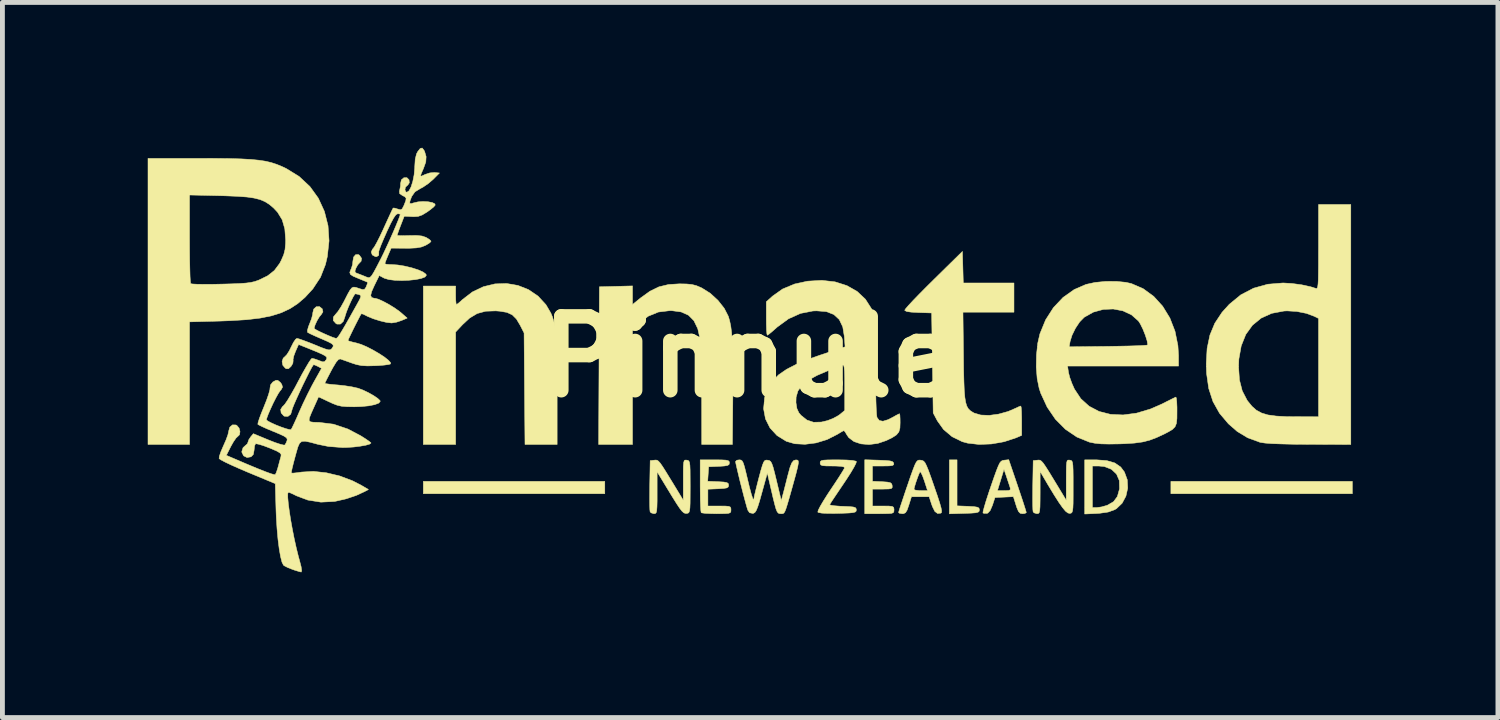
<source format=kicad_pcb>
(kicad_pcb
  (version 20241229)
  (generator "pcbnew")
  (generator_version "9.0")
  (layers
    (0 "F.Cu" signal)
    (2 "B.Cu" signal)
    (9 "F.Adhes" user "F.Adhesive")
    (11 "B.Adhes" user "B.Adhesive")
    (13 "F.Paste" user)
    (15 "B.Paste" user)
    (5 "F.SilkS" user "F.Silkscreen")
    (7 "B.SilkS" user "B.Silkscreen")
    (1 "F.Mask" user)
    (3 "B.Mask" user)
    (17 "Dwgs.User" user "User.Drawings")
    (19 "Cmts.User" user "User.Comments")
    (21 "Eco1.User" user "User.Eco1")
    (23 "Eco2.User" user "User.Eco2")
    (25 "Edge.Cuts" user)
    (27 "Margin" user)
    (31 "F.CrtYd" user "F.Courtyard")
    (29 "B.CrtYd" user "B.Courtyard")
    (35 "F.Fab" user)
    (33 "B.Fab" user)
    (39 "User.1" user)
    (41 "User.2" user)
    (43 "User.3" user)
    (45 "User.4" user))
  (footprint "Pinnule"
    (layer "F.Cu")
    (at 12.419 4.315)
    (property "Reference" "Pinnule" (at 0 0 0) (layer "F.SilkS") (effects (font (size 1.524 1.524) (thickness 0.3))))
    (attr through_hole)
    (fp_poly (pts (xy -2.985 2.826) (xy -6.731 2.826) (xy -6.731 2.572) (xy -2.985 2.572) (xy -2.985 2.826)) (stroke (width 0.01) (type solid)) (fill yes) (layer "F.SilkS"))
    (fp_poly (pts (xy 12.446 2.826) (xy 8.7 2.826) (xy 8.7 2.572) (xy 12.446 2.572) (xy 12.446 2.826)) (stroke (width 0.01) (type solid)) (fill yes) (layer "F.SilkS"))
    (fp_poly (pts (xy 4.286 3.077) (xy 4.516 3.086) (xy 4.636 3.093) (xy 4.705 3.104) (xy 4.738 3.122) (xy 4.747 3.153) (xy 4.747 3.159) (xy 4.742 3.189) (xy 4.719 3.208) (xy 4.668 3.22) (xy 4.576 3.227) (xy 4.437 3.232) (xy 4.128 3.241) (xy 4.128 2.127) (xy 4.286 2.127) (xy 4.286 3.077)) (stroke (width 0.01) (type solid)) (fill yes) (layer "F.SilkS"))
    (fp_poly (pts (xy 7.378 2.143) (xy 7.542 2.191) (xy 7.664 2.275) (xy 7.741 2.378) (xy 7.8 2.539) (xy 7.809 2.71) (xy 7.772 2.876) (xy 7.693 3.023) (xy 7.577 3.134) (xy 7.539 3.156) (xy 7.407 3.204) (xy 7.229 3.23) (xy 7.168 3.234) (xy 6.921 3.245) (xy 6.921 2.254) (xy 7.08 2.254) (xy 7.08 3.111) (xy 7.175 3.111) (xy 7.267 3.099) (xy 7.374 3.069) (xy 7.395 3.061) (xy 7.518 2.989) (xy 7.596 2.883) (xy 7.638 2.733) (xy 7.64 2.719) (xy 7.636 2.555) (xy 7.578 2.421) (xy 7.473 2.322) (xy 7.327 2.265) (xy 7.21 2.254) (xy 7.08 2.254) (xy 6.921 2.254) (xy 6.921 2.127) (xy 7.165 2.127) (xy 7.378 2.143)) (stroke (width 0.01) (type solid)) (fill yes) (layer "F.SilkS"))
    (fp_poly (pts (xy 2.675 2.134) (xy 2.815 2.14) (xy 2.904 2.149) (xy 2.954 2.164) (xy 2.975 2.187) (xy 2.979 2.199) (xy 2.977 2.228) (xy 2.949 2.245) (xy 2.883 2.252) (xy 2.766 2.254) (xy 2.765 2.254) (xy 2.54 2.254) (xy 2.54 2.569) (xy 2.738 2.578) (xy 2.848 2.586) (xy 2.909 2.599) (xy 2.938 2.624) (xy 2.947 2.659) (xy 2.948 2.697) (xy 2.93 2.719) (xy 2.877 2.728) (xy 2.778 2.73) (xy 2.749 2.731) (xy 2.54 2.731) (xy 2.54 3.08) (xy 2.762 3.08) (xy 2.878 3.081) (xy 2.945 3.088) (xy 2.975 3.105) (xy 2.984 3.138) (xy 2.985 3.159) (xy 2.982 3.196) (xy 2.968 3.219) (xy 2.93 3.232) (xy 2.856 3.237) (xy 2.734 3.238) (xy 2.683 3.239) (xy 2.381 3.239) (xy 2.381 2.125) (xy 2.675 2.134)) (stroke (width 0.01) (type solid)) (fill yes) (layer "F.SilkS"))
    (fp_poly (pts (xy -4.778 -1.473) (xy -4.559 -1.386) (xy -4.363 -1.253) (xy -4.2 -1.076) (xy -4.099 -0.904) (xy -4.066 -0.825) (xy -4.039 -0.737) (xy -4.017 -0.632) (xy -4 -0.505) (xy -3.988 -0.347) (xy -3.979 -0.154) (xy -3.973 0.083) (xy -3.97 0.369) (xy -3.969 0.712) (xy -3.969 0.722) (xy -3.969 1.81) (xy -4.632 1.81) (xy -4.642 0.659) (xy -4.651 -0.492) (xy -4.731 -0.649) (xy -4.809 -0.78) (xy -4.895 -0.866) (xy -5.006 -0.917) (xy -5.156 -0.942) (xy -5.235 -0.948) (xy -5.444 -0.941) (xy -5.618 -0.894) (xy -5.774 -0.801) (xy -5.919 -0.666) (xy -6.064 -0.511) (xy -6.064 1.81) (xy -6.731 1.81) (xy -6.731 -1.46) (xy -6.064 -1.46) (xy -6.064 -1.27) (xy -6.062 -1.17) (xy -6.055 -1.1) (xy -6.047 -1.08) (xy -6.015 -1.099) (xy -5.956 -1.15) (xy -5.928 -1.177) (xy -5.719 -1.338) (xy -5.491 -1.447) (xy -5.252 -1.505) (xy -5.012 -1.513) (xy -4.778 -1.473)) (stroke (width 0.01) (type solid)) (fill yes) (layer "F.SilkS"))
    (fp_poly (pts (xy -0.574 2.128) (xy -0.486 2.133) (xy -0.437 2.144) (xy -0.417 2.163) (xy -0.413 2.189) (xy -0.42 2.223) (xy -0.451 2.243) (xy -0.52 2.254) (xy -0.627 2.261) (xy -0.841 2.27) (xy -0.851 2.419) (xy -0.861 2.569) (xy -0.645 2.578) (xy -0.529 2.585) (xy -0.464 2.597) (xy -0.435 2.618) (xy -0.429 2.651) (xy -0.436 2.685) (xy -0.466 2.706) (xy -0.532 2.717) (xy -0.643 2.724) (xy -0.857 2.733) (xy -0.857 3.08) (xy -0.619 3.08) (xy -0.498 3.081) (xy -0.427 3.087) (xy -0.393 3.102) (xy -0.382 3.131) (xy -0.381 3.159) (xy -0.383 3.196) (xy -0.398 3.219) (xy -0.436 3.232) (xy -0.511 3.237) (xy -0.635 3.238) (xy -0.677 3.239) (xy -0.809 3.236) (xy -0.915 3.231) (xy -0.981 3.222) (xy -0.995 3.217) (xy -1.002 3.18) (xy -1.008 3.09) (xy -1.013 2.959) (xy -1.015 2.796) (xy -1.016 2.662) (xy -1.016 2.127) (xy -0.714 2.127) (xy -0.574 2.128)) (stroke (width 0.01) (type solid)) (fill yes) (layer "F.SilkS"))
    (fp_poly (pts (xy 5.535 2.658) (xy 5.593 2.831) (xy 5.644 2.984) (xy 5.683 3.105) (xy 5.708 3.186) (xy 5.716 3.215) (xy 5.688 3.233) (xy 5.637 3.239) (xy 5.59 3.23) (xy 5.555 3.194) (xy 5.522 3.118) (xy 5.504 3.063) (xy 5.449 2.887) (xy 5.069 2.905) (xy 5.017 3.064) (xy 4.97 3.173) (xy 4.921 3.226) (xy 4.901 3.232) (xy 4.841 3.231) (xy 4.821 3.223) (xy 4.825 3.188) (xy 4.847 3.104) (xy 4.884 2.979) (xy 4.934 2.825) (xy 4.955 2.762) (xy 5.12 2.762) (xy 5.261 2.762) (xy 5.347 2.76) (xy 5.384 2.746) (xy 5.385 2.713) (xy 5.379 2.691) (xy 5.355 2.618) (xy 5.321 2.517) (xy 5.306 2.471) (xy 5.255 2.322) (xy 5.12 2.762) (xy 4.955 2.762) (xy 4.985 2.674) (xy 5.051 2.483) (xy 5.101 2.345) (xy 5.139 2.25) (xy 5.169 2.189) (xy 5.197 2.156) (xy 5.225 2.14) (xy 5.259 2.134) (xy 5.261 2.134) (xy 5.353 2.124) (xy 5.535 2.658)) (stroke (width 0.01) (type solid)) (fill yes) (layer "F.SilkS"))
    (fp_poly (pts (xy -1.295 -1.503) (xy -1.186 -1.492) (xy -1.095 -1.469) (xy -0.998 -1.428) (xy -0.978 -1.418) (xy -0.808 -1.311) (xy -0.649 -1.165) (xy -0.519 -1) (xy -0.435 -0.836) (xy -0.408 -0.744) (xy -0.385 -0.635) (xy -0.368 -0.501) (xy -0.355 -0.336) (xy -0.346 -0.134) (xy -0.341 0.111) (xy -0.34 0.406) (xy -0.341 0.756) (xy -0.342 0.849) (xy -0.351 1.81) (xy -0.984 1.81) (xy -0.985 0.833) (xy -0.986 0.579) (xy -0.989 0.334) (xy -0.994 0.109) (xy -1 -0.085) (xy -1.007 -0.24) (xy -1.015 -0.343) (xy -1.017 -0.362) (xy -1.066 -0.58) (xy -1.145 -0.744) (xy -1.257 -0.858) (xy -1.408 -0.926) (xy -1.601 -0.952) (xy -1.641 -0.953) (xy -1.879 -0.924) (xy -2.089 -0.838) (xy -2.271 -0.695) (xy -2.3 -0.665) (xy -2.413 -0.54) (xy -2.413 1.81) (xy -3.112 1.81) (xy -3.104 0.183) (xy -3.096 -1.445) (xy -2.754 -1.454) (xy -2.413 -1.463) (xy -2.413 -1.079) (xy -2.246 -1.215) (xy -2.053 -1.354) (xy -1.868 -1.444) (xy -1.67 -1.492) (xy -1.445 -1.506) (xy -1.295 -1.503)) (stroke (width 0.01) (type solid)) (fill yes) (layer "F.SilkS"))
    (fp_poly (pts (xy 4.406 -1.849) (xy 4.415 -1.524) (xy 5.461 -1.524) (xy 5.461 -0.921) (xy 4.408 -0.921) (xy 4.419 -0.008) (xy 4.422 0.281) (xy 4.428 0.513) (xy 4.435 0.695) (xy 4.447 0.835) (xy 4.464 0.94) (xy 4.487 1.016) (xy 4.518 1.071) (xy 4.559 1.112) (xy 4.61 1.145) (xy 4.641 1.162) (xy 4.777 1.202) (xy 4.95 1.209) (xy 5.144 1.183) (xy 5.342 1.128) (xy 5.499 1.06) (xy 5.565 1.029) (xy 5.602 1.016) (xy 5.61 1.045) (xy 5.616 1.125) (xy 5.619 1.24) (xy 5.62 1.319) (xy 5.62 1.622) (xy 5.501 1.673) (xy 5.257 1.753) (xy 4.997 1.799) (xy 4.74 1.809) (xy 4.505 1.782) (xy 4.394 1.752) (xy 4.184 1.649) (xy 4.008 1.501) (xy 3.88 1.322) (xy 3.794 1.159) (xy 3.762 -0.905) (xy 3.485 -0.914) (xy 3.339 -0.922) (xy 3.25 -0.935) (xy 3.21 -0.954) (xy 3.207 -0.964) (xy 3.229 -0.997) (xy 3.29 -1.067) (xy 3.385 -1.169) (xy 3.508 -1.296) (xy 3.653 -1.442) (xy 3.802 -1.59) (xy 4.397 -2.175) (xy 4.406 -1.849)) (stroke (width 0.01) (type solid)) (fill yes) (layer "F.SilkS"))
    (fp_poly (pts (xy -1.905 2.135) (xy -1.877 2.154) (xy -1.841 2.194) (xy -1.793 2.263) (xy -1.727 2.367) (xy -1.637 2.514) (xy -1.565 2.631) (xy -1.365 2.961) (xy -1.365 2.542) (xy -1.365 2.372) (xy -1.363 2.256) (xy -1.357 2.184) (xy -1.346 2.146) (xy -1.329 2.132) (xy -1.302 2.132) (xy -1.294 2.133) (xy -1.268 2.138) (xy -1.249 2.152) (xy -1.236 2.183) (xy -1.228 2.241) (xy -1.224 2.334) (xy -1.223 2.472) (xy -1.222 2.664) (xy -1.222 2.683) (xy -1.223 2.879) (xy -1.224 3.022) (xy -1.228 3.118) (xy -1.236 3.179) (xy -1.248 3.212) (xy -1.266 3.227) (xy -1.29 3.232) (xy -1.322 3.233) (xy -1.354 3.22) (xy -1.391 3.187) (xy -1.439 3.126) (xy -1.502 3.032) (xy -1.587 2.896) (xy -1.698 2.714) (xy -1.905 2.373) (xy -1.905 2.806) (xy -1.905 2.979) (xy -1.908 3.098) (xy -1.914 3.174) (xy -1.924 3.216) (xy -1.941 3.234) (xy -1.966 3.238) (xy -1.969 3.239) (xy -2.029 3.221) (xy -2.05 3.198) (xy -2.055 3.153) (xy -2.058 3.057) (xy -2.059 2.921) (xy -2.058 2.757) (xy -2.057 2.65) (xy -2.048 2.143) (xy -1.965 2.134) (xy -1.933 2.131) (xy -1.905 2.135)) (stroke (width 0.01) (type solid)) (fill yes) (layer "F.SilkS"))
    (fp_poly (pts (xy 2 2.13) (xy 2.126 2.139) (xy 2.197 2.154) (xy 2.209 2.162) (xy 2.199 2.199) (xy 2.159 2.278) (xy 2.093 2.39) (xy 2.007 2.524) (xy 1.949 2.611) (xy 1.852 2.755) (xy 1.768 2.88) (xy 1.703 2.977) (xy 1.665 3.037) (xy 1.657 3.051) (xy 1.681 3.064) (xy 1.756 3.075) (xy 1.867 3.084) (xy 1.927 3.086) (xy 2.061 3.092) (xy 2.144 3.1) (xy 2.188 3.114) (xy 2.204 3.137) (xy 2.207 3.159) (xy 2.203 3.186) (xy 2.184 3.204) (xy 2.139 3.216) (xy 2.059 3.224) (xy 1.933 3.229) (xy 1.82 3.232) (xy 1.627 3.233) (xy 1.496 3.227) (xy 1.425 3.214) (xy 1.412 3.205) (xy 1.421 3.167) (xy 1.461 3.088) (xy 1.527 2.976) (xy 1.612 2.841) (xy 1.671 2.752) (xy 1.768 2.607) (xy 1.852 2.479) (xy 1.916 2.377) (xy 1.955 2.312) (xy 1.963 2.295) (xy 1.951 2.274) (xy 1.897 2.261) (xy 1.793 2.255) (xy 1.717 2.254) (xy 1.59 2.253) (xy 1.513 2.247) (xy 1.475 2.233) (xy 1.462 2.208) (xy 1.46 2.191) (xy 1.464 2.163) (xy 1.483 2.145) (xy 1.528 2.134) (xy 1.609 2.129) (xy 1.737 2.127) (xy 1.824 2.127) (xy 2 2.13)) (stroke (width 0.01) (type solid)) (fill yes) (layer "F.SilkS"))
    (fp_poly (pts (xy 3.526 2.133) (xy 3.536 2.134) (xy 3.57 2.14) (xy 3.598 2.155) (xy 3.626 2.188) (xy 3.656 2.248) (xy 3.695 2.343) (xy 3.745 2.48) (xy 3.811 2.669) (xy 3.813 2.676) (xy 3.881 2.872) (xy 3.928 3.017) (xy 3.956 3.117) (xy 3.968 3.18) (xy 3.965 3.215) (xy 3.952 3.227) (xy 3.884 3.234) (xy 3.828 3.192) (xy 3.779 3.094) (xy 3.763 3.05) (xy 3.71 2.889) (xy 3.345 2.889) (xy 3.29 3.064) (xy 3.255 3.165) (xy 3.222 3.218) (xy 3.182 3.237) (xy 3.158 3.239) (xy 3.098 3.23) (xy 3.079 3.215) (xy 3.089 3.178) (xy 3.116 3.092) (xy 3.158 2.966) (xy 3.21 2.81) (xy 3.235 2.736) (xy 3.397 2.736) (xy 3.426 2.752) (xy 3.497 2.761) (xy 3.537 2.762) (xy 3.677 2.762) (xy 3.61 2.556) (xy 3.574 2.457) (xy 3.543 2.392) (xy 3.523 2.373) (xy 3.522 2.373) (xy 3.501 2.415) (xy 3.47 2.495) (xy 3.437 2.59) (xy 3.41 2.677) (xy 3.397 2.732) (xy 3.397 2.736) (xy 3.235 2.736) (xy 3.262 2.658) (xy 3.327 2.467) (xy 3.377 2.329) (xy 3.414 2.234) (xy 3.443 2.176) (xy 3.469 2.145) (xy 3.495 2.133) (xy 3.526 2.133)) (stroke (width 0.01) (type solid)) (fill yes) (layer "F.SilkS"))
    (fp_poly (pts (xy 6 2.135) (xy 6.029 2.154) (xy 6.065 2.194) (xy 6.113 2.263) (xy 6.179 2.367) (xy 6.269 2.514) (xy 6.34 2.631) (xy 6.54 2.961) (xy 6.54 2.542) (xy 6.541 2.372) (xy 6.543 2.256) (xy 6.549 2.184) (xy 6.559 2.146) (xy 6.577 2.132) (xy 6.604 2.132) (xy 6.612 2.133) (xy 6.638 2.138) (xy 6.657 2.152) (xy 6.669 2.183) (xy 6.677 2.241) (xy 6.681 2.334) (xy 6.683 2.472) (xy 6.683 2.664) (xy 6.683 2.683) (xy 6.683 2.879) (xy 6.682 3.022) (xy 6.678 3.118) (xy 6.67 3.179) (xy 6.658 3.212) (xy 6.64 3.227) (xy 6.615 3.232) (xy 6.613 3.233) (xy 6.575 3.224) (xy 6.526 3.187) (xy 6.465 3.114) (xy 6.386 3.002) (xy 6.286 2.845) (xy 6.161 2.639) (xy 6.122 2.572) (xy 6.001 2.366) (xy 6.001 2.802) (xy 6 2.976) (xy 5.998 3.097) (xy 5.992 3.173) (xy 5.982 3.216) (xy 5.965 3.234) (xy 5.94 3.238) (xy 5.936 3.239) (xy 5.876 3.221) (xy 5.856 3.198) (xy 5.851 3.153) (xy 5.848 3.057) (xy 5.847 2.921) (xy 5.848 2.757) (xy 5.849 2.65) (xy 5.858 2.143) (xy 5.94 2.134) (xy 5.973 2.131) (xy 6 2.135)) (stroke (width 0.01) (type solid)) (fill yes) (layer "F.SilkS"))
    (fp_poly (pts (xy 12.414 1.81) (xy 11.549 1.807) (xy 11.237 1.805) (xy 10.984 1.799) (xy 10.788 1.792) (xy 10.645 1.781) (xy 10.551 1.767) (xy 10.535 1.763) (xy 10.286 1.672) (xy 10.069 1.541) (xy 9.888 1.383) (xy 9.704 1.165) (xy 9.569 0.924) (xy 9.481 0.653) (xy 9.437 0.345) (xy 9.432 0.206) (xy 10.097 0.206) (xy 10.115 0.476) (xy 10.173 0.703) (xy 10.272 0.894) (xy 10.286 0.914) (xy 10.373 1.021) (xy 10.464 1.102) (xy 10.571 1.16) (xy 10.703 1.2) (xy 10.871 1.223) (xy 11.084 1.235) (xy 11.263 1.237) (xy 11.748 1.238) (xy 11.748 -0.792) (xy 11.66 -0.836) (xy 11.496 -0.897) (xy 11.299 -0.936) (xy 11.099 -0.948) (xy 11.035 -0.945) (xy 10.78 -0.897) (xy 10.562 -0.798) (xy 10.384 -0.652) (xy 10.246 -0.461) (xy 10.152 -0.226) (xy 10.103 0.048) (xy 10.097 0.206) (xy 9.432 0.206) (xy 9.43 0.143) (xy 9.448 -0.173) (xy 9.506 -0.449) (xy 9.607 -0.693) (xy 9.757 -0.919) (xy 9.906 -1.084) (xy 10.142 -1.278) (xy 10.406 -1.416) (xy 10.7 -1.498) (xy 11.016 -1.524) (xy 11.202 -1.513) (xy 11.401 -1.486) (xy 11.584 -1.446) (xy 11.692 -1.412) (xy 11.708 -1.409) (xy 11.721 -1.419) (xy 11.731 -1.448) (xy 11.738 -1.504) (xy 11.743 -1.593) (xy 11.745 -1.721) (xy 11.747 -1.896) (xy 11.747 -2.125) (xy 11.748 -2.267) (xy 11.748 -3.143) (xy 12.414 -3.143) (xy 12.414 1.81)) (stroke (width 0.01) (type solid)) (fill yes) (layer "F.SilkS"))
    (fp_poly (pts (xy -11.012 -4.095) (xy -10.726 -4.092) (xy -10.488 -4.085) (xy -10.291 -4.074) (xy -10.126 -4.058) (xy -9.987 -4.037) (xy -9.866 -4.008) (xy -9.754 -3.971) (xy -9.645 -3.926) (xy -9.557 -3.884) (xy -9.293 -3.721) (xy -9.072 -3.515) (xy -8.898 -3.274) (xy -8.773 -3.002) (xy -8.698 -2.706) (xy -8.677 -2.393) (xy -8.713 -2.067) (xy -8.751 -1.905) (xy -8.854 -1.642) (xy -9.012 -1.402) (xy -9.174 -1.226) (xy -9.324 -1.098) (xy -9.483 -0.994) (xy -9.66 -0.911) (xy -9.862 -0.847) (xy -10.099 -0.799) (xy -10.379 -0.766) (xy -10.708 -0.746) (xy -10.914 -0.738) (xy -11.557 -0.721) (xy -11.557 1.81) (xy -12.414 1.81) (xy -12.414 -2.437) (xy -11.557 -2.437) (xy -11.556 -2.204) (xy -11.554 -1.991) (xy -11.55 -1.807) (xy -11.546 -1.661) (xy -11.54 -1.56) (xy -11.534 -1.512) (xy -11.533 -1.51) (xy -11.495 -1.503) (xy -11.404 -1.498) (xy -11.27 -1.496) (xy -11.104 -1.496) (xy -10.915 -1.5) (xy -10.906 -1.5) (xy -10.685 -1.506) (xy -10.517 -1.513) (xy -10.39 -1.522) (xy -10.293 -1.535) (xy -10.216 -1.552) (xy -10.146 -1.576) (xy -10.134 -1.58) (xy -9.946 -1.671) (xy -9.805 -1.782) (xy -9.698 -1.925) (xy -9.663 -1.991) (xy -9.612 -2.109) (xy -9.585 -2.217) (xy -9.574 -2.347) (xy -9.573 -2.412) (xy -9.59 -2.641) (xy -9.644 -2.828) (xy -9.74 -2.985) (xy -9.825 -3.075) (xy -9.911 -3.147) (xy -10 -3.203) (xy -10.101 -3.246) (xy -10.225 -3.277) (xy -10.38 -3.299) (xy -10.576 -3.313) (xy -10.823 -3.323) (xy -10.93 -3.326) (xy -11.557 -3.34) (xy -11.557 -2.437) (xy -12.414 -2.437) (xy -12.414 -4.096) (xy -11.353 -4.096) (xy -11.012 -4.095)) (stroke (width 0.01) (type solid)) (fill yes) (layer "F.SilkS"))
    (fp_poly (pts (xy -0.175 2.131) (xy -0.149 2.15) (xy -0.126 2.193) (xy -0.101 2.272) (xy -0.07 2.396) (xy -0.045 2.5) (xy 0.001 2.692) (xy 0.039 2.834) (xy 0.068 2.922) (xy 0.087 2.953) (xy 0.094 2.925) (xy 0.094 2.923) (xy 0.102 2.876) (xy 0.124 2.782) (xy 0.156 2.653) (xy 0.194 2.504) (xy 0.195 2.501) (xy 0.237 2.344) (xy 0.269 2.238) (xy 0.294 2.174) (xy 0.318 2.142) (xy 0.346 2.132) (xy 0.377 2.134) (xy 0.411 2.141) (xy 0.438 2.16) (xy 0.462 2.202) (xy 0.488 2.276) (xy 0.519 2.392) (xy 0.559 2.556) (xy 0.658 2.969) (xy 0.692 2.842) (xy 0.716 2.752) (xy 0.749 2.623) (xy 0.785 2.48) (xy 0.797 2.434) (xy 0.837 2.286) (xy 0.874 2.191) (xy 0.913 2.142) (xy 0.961 2.128) (xy 0.993 2.133) (xy 1.009 2.149) (xy 1.011 2.192) (xy 0.997 2.271) (xy 0.966 2.396) (xy 0.931 2.524) (xy 0.868 2.751) (xy 0.819 2.924) (xy 0.782 3.05) (xy 0.754 3.138) (xy 0.732 3.193) (xy 0.713 3.223) (xy 0.694 3.236) (xy 0.672 3.239) (xy 0.651 3.239) (xy 0.619 3.236) (xy 0.594 3.225) (xy 0.571 3.194) (xy 0.548 3.137) (xy 0.522 3.044) (xy 0.488 2.908) (xy 0.444 2.718) (xy 0.44 2.702) (xy 0.37 2.399) (xy 0.256 2.811) (xy 0.209 2.979) (xy 0.172 3.096) (xy 0.142 3.17) (xy 0.115 3.211) (xy 0.087 3.229) (xy 0.071 3.233) (xy 0.004 3.219) (xy -0.031 3.169) (xy -0.049 3.115) (xy -0.077 3.015) (xy -0.113 2.882) (xy -0.152 2.731) (xy -0.192 2.574) (xy -0.228 2.425) (xy -0.258 2.297) (xy -0.279 2.204) (xy -0.286 2.161) (xy -0.259 2.135) (xy -0.209 2.127) (xy -0.175 2.131)) (stroke (width 0.01) (type solid)) (fill yes) (layer "F.SilkS"))
    (fp_poly (pts (xy 7.772 -1.537) (xy 7.886 -1.511) (xy 8.13 -1.405) (xy 8.347 -1.246) (xy 8.531 -1.043) (xy 8.679 -0.801) (xy 8.785 -0.528) (xy 8.845 -0.232) (xy 8.858 -0.024) (xy 8.858 0.191) (xy 6.567 0.191) (xy 6.587 0.325) (xy 6.612 0.425) (xy 6.658 0.551) (xy 6.709 0.666) (xy 6.841 0.865) (xy 7.012 1.02) (xy 7.218 1.128) (xy 7.454 1.188) (xy 7.714 1.2) (xy 7.992 1.163) (xy 8.283 1.076) (xy 8.509 0.977) (xy 8.628 0.917) (xy 8.726 0.868) (xy 8.788 0.838) (xy 8.803 0.831) (xy 8.813 0.855) (xy 8.821 0.93) (xy 8.826 1.042) (xy 8.826 1.12) (xy 8.825 1.271) (xy 8.814 1.375) (xy 8.785 1.446) (xy 8.73 1.501) (xy 8.641 1.553) (xy 8.574 1.588) (xy 8.409 1.665) (xy 8.262 1.721) (xy 8.115 1.758) (xy 7.948 1.781) (xy 7.745 1.794) (xy 7.636 1.798) (xy 7.422 1.801) (xy 7.258 1.797) (xy 7.131 1.784) (xy 7.027 1.763) (xy 7.018 1.761) (xy 6.759 1.656) (xy 6.524 1.497) (xy 6.317 1.289) (xy 6.146 1.038) (xy 6.014 0.752) (xy 5.981 0.651) (xy 5.94 0.449) (xy 5.921 0.21) (xy 5.926 -0.041) (xy 5.944 -0.206) (xy 6.6 -0.206) (xy 7.412 -0.215) (xy 7.631 -0.219) (xy 7.828 -0.223) (xy 7.994 -0.228) (xy 8.121 -0.234) (xy 8.2 -0.24) (xy 8.223 -0.245) (xy 8.209 -0.331) (xy 8.172 -0.448) (xy 8.122 -0.573) (xy 8.068 -0.682) (xy 8.03 -0.74) (xy 7.886 -0.867) (xy 7.709 -0.949) (xy 7.51 -0.987) (xy 7.304 -0.978) (xy 7.102 -0.923) (xy 6.917 -0.82) (xy 6.907 -0.812) (xy 6.817 -0.72) (xy 6.73 -0.589) (xy 6.659 -0.444) (xy 6.62 -0.318) (xy 6.6 -0.206) (xy 5.944 -0.206) (xy 5.952 -0.282) (xy 5.997 -0.476) (xy 6.114 -0.762) (xy 6.275 -1.014) (xy 6.474 -1.225) (xy 6.704 -1.388) (xy 6.948 -1.494) (xy 7.135 -1.535) (xy 7.351 -1.556) (xy 7.571 -1.557) (xy 7.772 -1.537)) (stroke (width 0.01) (type solid)) (fill yes) (layer "F.SilkS"))
    (fp_poly (pts (xy 1.768 -1.547) (xy 2.013 -1.469) (xy 2.224 -1.349) (xy 2.395 -1.188) (xy 2.521 -0.991) (xy 2.574 -0.852) (xy 2.582 -0.794) (xy 2.589 -0.681) (xy 2.595 -0.522) (xy 2.599 -0.325) (xy 2.603 -0.101) (xy 2.604 0.143) (xy 2.604 0.212) (xy 2.605 0.472) (xy 2.608 0.708) (xy 2.612 0.911) (xy 2.618 1.074) (xy 2.625 1.189) (xy 2.633 1.249) (xy 2.634 1.252) (xy 2.681 1.315) (xy 2.756 1.33) (xy 2.864 1.297) (xy 2.948 1.254) (xy 3.03 1.208) (xy 3.086 1.18) (xy 3.099 1.175) (xy 3.106 1.204) (xy 3.11 1.278) (xy 3.111 1.36) (xy 3.107 1.471) (xy 3.085 1.55) (xy 3.036 1.611) (xy 2.948 1.668) (xy 2.826 1.728) (xy 2.649 1.788) (xy 2.47 1.811) (xy 2.302 1.797) (xy 2.158 1.749) (xy 2.051 1.668) (xy 2.014 1.615) (xy 1.977 1.552) (xy 1.952 1.524) (xy 1.951 1.524) (xy 1.917 1.539) (xy 1.85 1.579) (xy 1.812 1.602) (xy 1.603 1.708) (xy 1.377 1.777) (xy 1.149 1.806) (xy 0.937 1.795) (xy 0.762 1.744) (xy 0.57 1.625) (xy 0.425 1.468) (xy 0.332 1.282) (xy 0.293 1.073) (xy 0.305 0.945) (xy 0.961 0.945) (xy 0.98 1.066) (xy 1.02 1.154) (xy 1.065 1.208) (xy 1.188 1.306) (xy 1.324 1.351) (xy 1.486 1.347) (xy 1.612 1.317) (xy 1.728 1.272) (xy 1.834 1.214) (xy 1.872 1.187) (xy 1.968 1.106) (xy 1.968 0.629) (xy 1.967 0.438) (xy 1.963 0.303) (xy 1.956 0.218) (xy 1.945 0.175) (xy 1.929 0.167) (xy 1.882 0.186) (xy 1.793 0.22) (xy 1.678 0.265) (xy 1.634 0.282) (xy 1.393 0.385) (xy 1.211 0.486) (xy 1.082 0.592) (xy 1.001 0.706) (xy 0.964 0.833) (xy 0.961 0.945) (xy 0.305 0.945) (xy 0.313 0.851) (xy 0.328 0.791) (xy 0.39 0.633) (xy 0.48 0.495) (xy 0.605 0.37) (xy 0.771 0.256) (xy 0.984 0.147) (xy 1.25 0.039) (xy 1.461 -0.035) (xy 1.975 -0.206) (xy 1.96 -0.418) (xy 1.927 -0.618) (xy 1.855 -0.769) (xy 1.743 -0.873) (xy 1.588 -0.933) (xy 1.386 -0.949) (xy 1.31 -0.946) (xy 1.055 -0.896) (xy 0.808 -0.785) (xy 0.574 -0.614) (xy 0.553 -0.595) (xy 0.469 -0.521) (xy 0.403 -0.467) (xy 0.369 -0.445) (xy 0.369 -0.445) (xy 0.361 -0.474) (xy 0.354 -0.554) (xy 0.35 -0.672) (xy 0.349 -0.79) (xy 0.349 -1.136) (xy 0.48 -1.254) (xy 0.686 -1.4) (xy 0.934 -1.503) (xy 1.201 -1.561) (xy 1.495 -1.578) (xy 1.768 -1.547)) (stroke (width 0.01) (type solid)) (fill yes) (layer "F.SilkS"))
    (fp_poly (pts (xy -6.716 -4.261) (xy -6.704 -4.237) (xy -6.673 -4.131) (xy -6.68 -4.021) (xy -6.728 -3.887) (xy -6.732 -3.878) (xy -6.774 -3.782) (xy -6.788 -3.736) (xy -6.771 -3.729) (xy -6.719 -3.752) (xy -6.697 -3.763) (xy -6.597 -3.796) (xy -6.499 -3.804) (xy -6.398 -3.794) (xy -6.528 -3.663) (xy -6.628 -3.577) (xy -6.738 -3.502) (xy -6.793 -3.473) (xy -6.904 -3.405) (xy -6.97 -3.311) (xy -6.972 -3.307) (xy -7.007 -3.214) (xy -7.011 -3.168) (xy -6.98 -3.162) (xy -6.935 -3.176) (xy -6.842 -3.198) (xy -6.735 -3.206) (xy -6.629 -3.2) (xy -6.543 -3.183) (xy -6.492 -3.156) (xy -6.486 -3.131) (xy -6.516 -3.095) (xy -6.584 -3.039) (xy -6.652 -2.99) (xy -6.754 -2.928) (xy -6.839 -2.898) (xy -6.934 -2.892) (xy -6.966 -2.894) (xy -7.125 -2.902) (xy -7.198 -2.714) (xy -7.236 -2.614) (xy -7.262 -2.54) (xy -7.271 -2.509) (xy -7.242 -2.502) (xy -7.164 -2.5) (xy -7.054 -2.502) (xy -7.021 -2.503) (xy -6.867 -2.505) (xy -6.757 -2.493) (xy -6.676 -2.465) (xy -6.672 -2.463) (xy -6.606 -2.422) (xy -6.573 -2.388) (xy -6.572 -2.384) (xy -6.598 -2.354) (xy -6.663 -2.313) (xy -6.691 -2.298) (xy -6.773 -2.266) (xy -6.875 -2.248) (xy -7.012 -2.241) (xy -7.103 -2.241) (xy -7.395 -2.243) (xy -7.46 -2.092) (xy -7.497 -2.003) (xy -7.52 -1.94) (xy -7.525 -1.923) (xy -7.497 -1.911) (xy -7.427 -1.905) (xy -7.404 -1.905) (xy -7.265 -1.896) (xy -7.115 -1.872) (xy -6.969 -1.837) (xy -6.838 -1.795) (xy -6.736 -1.75) (xy -6.677 -1.706) (xy -6.668 -1.683) (xy -6.697 -1.647) (xy -6.776 -1.617) (xy -6.891 -1.594) (xy -7.029 -1.58) (xy -7.175 -1.574) (xy -7.317 -1.579) (xy -7.441 -1.594) (xy -7.533 -1.621) (xy -7.543 -1.626) (xy -7.64 -1.678) (xy -7.743 -1.469) (xy -7.798 -1.346) (xy -7.817 -1.268) (xy -7.799 -1.224) (xy -7.744 -1.208) (xy -7.722 -1.207) (xy -7.658 -1.189) (xy -7.559 -1.144) (xy -7.442 -1.081) (xy -7.325 -1.009) (xy -7.225 -0.938) (xy -7.191 -0.91) (xy -7.064 -0.799) (xy -7.182 -0.749) (xy -7.284 -0.715) (xy -7.379 -0.699) (xy -7.391 -0.699) (xy -7.494 -0.711) (xy -7.628 -0.743) (xy -7.767 -0.787) (xy -7.883 -0.835) (xy -7.913 -0.851) (xy -7.976 -0.882) (xy -8.012 -0.888) (xy -8.012 -0.887) (xy -8.032 -0.854) (xy -8.071 -0.779) (xy -8.122 -0.68) (xy -8.177 -0.57) (xy -8.227 -0.467) (xy -8.266 -0.385) (xy -8.286 -0.34) (xy -8.287 -0.336) (xy -8.259 -0.323) (xy -8.186 -0.302) (xy -8.115 -0.286) (xy -8.015 -0.256) (xy -7.896 -0.205) (xy -7.77 -0.14) (xy -7.646 -0.068) (xy -7.537 0.003) (xy -7.455 0.068) (xy -7.408 0.119) (xy -7.407 0.147) (xy -7.448 0.159) (xy -7.537 0.171) (xy -7.658 0.181) (xy -7.724 0.184) (xy -7.885 0.188) (xy -8.006 0.181) (xy -8.111 0.16) (xy -8.207 0.129) (xy -8.315 0.09) (xy -8.403 0.059) (xy -8.446 0.044) (xy -8.482 0.055) (xy -8.531 0.112) (xy -8.596 0.22) (xy -8.629 0.28) (xy -8.688 0.393) (xy -8.734 0.483) (xy -8.76 0.538) (xy -8.763 0.547) (xy -8.734 0.556) (xy -8.656 0.567) (xy -8.544 0.578) (xy -8.501 0.581) (xy -8.353 0.597) (xy -8.206 0.62) (xy -8.09 0.646) (xy -8.08 0.648) (xy -7.976 0.687) (xy -7.863 0.741) (xy -7.757 0.801) (xy -7.673 0.858) (xy -7.625 0.904) (xy -7.62 0.918) (xy -7.65 0.955) (xy -7.733 0.987) (xy -7.858 1.012) (xy -8.014 1.027) (xy -8.16 1.032) (xy -8.31 1.029) (xy -8.419 1.02) (xy -8.51 0.999) (xy -8.606 0.962) (xy -8.677 0.929) (xy -8.893 0.827) (xy -8.983 1.027) (xy -9.046 1.168) (xy -9.083 1.261) (xy -9.089 1.315) (xy -9.062 1.342) (xy -8.998 1.351) (xy -8.895 1.354) (xy -8.881 1.354) (xy -8.585 1.391) (xy -8.287 1.491) (xy -8.025 1.629) (xy -7.924 1.693) (xy -7.849 1.745) (xy -7.812 1.776) (xy -7.811 1.78) (xy -7.84 1.802) (xy -7.919 1.825) (xy -8.033 1.845) (xy -8.168 1.862) (xy -8.31 1.871) (xy -8.395 1.873) (xy -8.688 1.851) (xy -8.909 1.806) (xy -9.064 1.764) (xy -9.171 1.742) (xy -9.24 1.747) (xy -9.286 1.785) (xy -9.321 1.863) (xy -9.357 1.989) (xy -9.376 2.058) (xy -9.412 2.193) (xy -9.439 2.303) (xy -9.454 2.376) (xy -9.455 2.399) (xy -9.419 2.401) (xy -9.339 2.393) (xy -9.241 2.379) (xy -8.999 2.365) (xy -8.732 2.394) (xy -8.456 2.46) (xy -8.189 2.561) (xy -8.016 2.65) (xy -7.864 2.739) (xy -7.941 2.781) (xy -8.114 2.861) (xy -8.322 2.931) (xy -8.535 2.98) (xy -8.57 2.986) (xy -8.845 3) (xy -9.116 2.957) (xy -9.345 2.871) (xy -9.433 2.828) (xy -9.497 2.8) (xy -9.516 2.794) (xy -9.529 2.823) (xy -9.529 2.905) (xy -9.518 3.029) (xy -9.497 3.186) (xy -9.469 3.367) (xy -9.434 3.561) (xy -9.395 3.758) (xy -9.352 3.951) (xy -9.308 4.128) (xy -9.288 4.199) (xy -9.254 4.33) (xy -9.242 4.413) (xy -9.251 4.443) (xy -9.252 4.443) (xy -9.3 4.431) (xy -9.385 4.405) (xy -9.436 4.387) (xy -9.53 4.35) (xy -9.598 4.315) (xy -9.617 4.302) (xy -9.648 4.24) (xy -9.678 4.123) (xy -9.706 3.962) (xy -9.731 3.766) (xy -9.751 3.543) (xy -9.766 3.303) (xy -9.771 3.174) (xy -9.787 2.618) (xy -10.357 2.381) (xy -10.535 2.305) (xy -10.692 2.235) (xy -10.819 2.175) (xy -10.906 2.129) (xy -10.945 2.102) (xy -10.946 2.1) (xy -10.941 2.053) (xy -10.912 1.966) (xy -10.866 1.858) (xy -10.857 1.838) (xy -10.805 1.72) (xy -10.766 1.614) (xy -10.749 1.54) (xy -10.749 1.535) (xy -10.725 1.452) (xy -10.67 1.405) (xy -10.599 1.407) (xy -10.581 1.416) (xy -10.534 1.471) (xy -10.515 1.544) (xy -10.526 1.61) (xy -10.556 1.639) (xy -10.596 1.676) (xy -10.65 1.754) (xy -10.702 1.846) (xy -10.797 2.034) (xy -10.645 2.099) (xy -10.374 2.215) (xy -10.158 2.305) (xy -9.994 2.37) (xy -9.879 2.412) (xy -9.81 2.432) (xy -9.787 2.431) (xy -9.766 2.39) (xy -9.739 2.31) (xy -9.725 2.261) (xy -9.698 2.158) (xy -9.674 2.072) (xy -9.668 2.048) (xy -9.667 2.014) (xy -9.692 1.983) (xy -9.753 1.947) (xy -9.861 1.9) (xy -9.908 1.881) (xy -10.026 1.836) (xy -10.124 1.806) (xy -10.184 1.794) (xy -10.194 1.795) (xy -10.214 1.837) (xy -10.223 1.913) (xy -10.223 1.922) (xy -10.24 2.016) (xy -10.287 2.064) (xy -10.37 2.079) (xy -10.44 2.044) (xy -10.476 1.972) (xy -10.477 1.953) (xy -10.452 1.876) (xy -10.414 1.841) (xy -10.364 1.797) (xy -10.351 1.765) (xy -10.332 1.709) (xy -10.295 1.654) (xy -10.239 1.587) (xy -9.926 1.717) (xy -9.796 1.768) (xy -9.687 1.804) (xy -9.613 1.822) (xy -9.588 1.82) (xy -9.56 1.77) (xy -9.544 1.728) (xy -9.541 1.696) (xy -9.561 1.667) (xy -9.612 1.634) (xy -9.705 1.591) (xy -9.828 1.54) (xy -9.956 1.487) (xy -10.06 1.44) (xy -10.128 1.406) (xy -10.147 1.393) (xy -10.141 1.355) (xy -10.115 1.272) (xy -10.071 1.156) (xy -10.021 1.033) (xy -9.966 0.894) (xy -9.924 0.773) (xy -9.899 0.683) (xy -9.895 0.642) (xy -9.884 0.579) (xy -9.837 0.52) (xy -9.775 0.486) (xy -9.735 0.486) (xy -9.683 0.527) (xy -9.653 0.569) (xy -9.637 0.626) (xy -9.667 0.681) (xy -9.685 0.7) (xy -9.721 0.752) (xy -9.772 0.843) (xy -9.83 0.957) (xy -9.886 1.078) (xy -9.933 1.187) (xy -9.963 1.269) (xy -9.97 1.3) (xy -9.942 1.326) (xy -9.871 1.363) (xy -9.774 1.407) (xy -9.667 1.449) (xy -9.568 1.483) (xy -9.493 1.503) (xy -9.461 1.502) (xy -9.439 1.464) (xy -9.399 1.38) (xy -9.346 1.264) (xy -9.294 1.143) (xy -9.215 0.968) (xy -9.123 0.777) (xy -9.033 0.6) (xy -8.992 0.524) (xy -8.832 0.238) (xy -8.911 0.196) (xy -8.971 0.169) (xy -8.999 0.164) (xy -9.032 0.216) (xy -9.083 0.311) (xy -9.145 0.435) (xy -9.215 0.577) (xy -9.284 0.724) (xy -9.347 0.862) (xy -9.399 0.981) (xy -9.433 1.066) (xy -9.444 1.104) (xy -9.468 1.185) (xy -9.525 1.23) (xy -9.596 1.227) (xy -9.612 1.219) (xy -9.666 1.158) (xy -9.675 1.086) (xy -9.637 1.026) (xy -9.625 1.018) (xy -9.59 0.98) (xy -9.532 0.895) (xy -9.459 0.773) (xy -9.376 0.626) (xy -9.314 0.508) (xy -9.23 0.351) (xy -9.153 0.216) (xy -9.091 0.111) (xy -9.047 0.048) (xy -9.029 0.032) (xy -8.978 0.043) (xy -8.898 0.071) (xy -8.884 0.077) (xy -8.81 0.104) (xy -8.77 0.101) (xy -8.739 0.064) (xy -8.737 0.061) (xy -8.723 0.033) (xy -8.727 0.007) (xy -8.756 -0.02) (xy -8.817 -0.053) (xy -8.918 -0.098) (xy -9.068 -0.159) (xy -9.154 -0.194) (xy -9.306 -0.254) (xy -9.37 -0.109) (xy -9.405 -0.016) (xy -9.42 0.057) (xy -9.418 0.08) (xy -9.424 0.134) (xy -9.461 0.197) (xy -9.513 0.245) (xy -9.559 0.245) (xy -9.579 0.235) (xy -9.631 0.175) (xy -9.646 0.097) (xy -9.623 0.028) (xy -9.595 0.003) (xy -9.55 -0.042) (xy -9.496 -0.127) (xy -9.458 -0.205) (xy -9.411 -0.298) (xy -9.367 -0.362) (xy -9.34 -0.38) (xy -9.295 -0.369) (xy -9.206 -0.338) (xy -9.086 -0.293) (xy -8.978 -0.25) (xy -8.837 -0.192) (xy -8.743 -0.158) (xy -8.684 -0.143) (xy -8.648 -0.146) (xy -8.624 -0.164) (xy -8.615 -0.176) (xy -8.592 -0.213) (xy -8.593 -0.244) (xy -8.625 -0.274) (xy -8.697 -0.312) (xy -8.818 -0.365) (xy -8.858 -0.382) (xy -8.972 -0.432) (xy -9.063 -0.474) (xy -9.116 -0.502) (xy -9.121 -0.506) (xy -9.123 -0.546) (xy -9.102 -0.622) (xy -9.077 -0.685) (xy -9.038 -0.787) (xy -9.015 -0.875) (xy -9.012 -0.909) (xy -8.993 -0.985) (xy -8.941 -1.033) (xy -8.874 -1.036) (xy -8.874 -1.036) (xy -8.817 -0.99) (xy -8.803 -0.927) (xy -8.837 -0.873) (xy -8.878 -0.824) (xy -8.926 -0.743) (xy -8.966 -0.656) (xy -8.985 -0.591) (xy -8.985 -0.587) (xy -8.959 -0.566) (xy -8.89 -0.529) (xy -8.797 -0.485) (xy -8.697 -0.441) (xy -8.607 -0.404) (xy -8.544 -0.383) (xy -8.53 -0.381) (xy -8.513 -0.389) (xy -8.488 -0.416) (xy -8.452 -0.469) (xy -8.401 -0.553) (xy -8.33 -0.674) (xy -8.237 -0.838) (xy -8.118 -1.051) (xy -8.099 -1.085) (xy -8.046 -1.182) (xy -8.022 -1.238) (xy -8.025 -1.266) (xy -8.052 -1.282) (xy -8.066 -1.286) (xy -8.123 -1.299) (xy -8.142 -1.297) (xy -8.177 -1.242) (xy -8.224 -1.148) (xy -8.274 -1.037) (xy -8.317 -0.929) (xy -8.344 -0.846) (xy -8.348 -0.829) (xy -8.383 -0.73) (xy -8.441 -0.676) (xy -8.512 -0.675) (xy -8.533 -0.686) (xy -8.59 -0.749) (xy -8.587 -0.822) (xy -8.54 -0.88) (xy -8.493 -0.935) (xy -8.431 -1.03) (xy -8.368 -1.143) (xy -8.36 -1.159) (xy -8.292 -1.293) (xy -8.243 -1.379) (xy -8.204 -1.425) (xy -8.165 -1.439) (xy -8.117 -1.431) (xy -8.066 -1.413) (xy -7.988 -1.389) (xy -7.946 -1.392) (xy -7.919 -1.429) (xy -7.908 -1.451) (xy -7.885 -1.512) (xy -7.881 -1.539) (xy -7.913 -1.553) (xy -7.987 -1.583) (xy -8.072 -1.618) (xy -8.18 -1.664) (xy -8.236 -1.701) (xy -8.249 -1.743) (xy -8.228 -1.8) (xy -8.219 -1.818) (xy -8.191 -1.904) (xy -8.185 -1.973) (xy -8.17 -2.059) (xy -8.128 -2.108) (xy -8.071 -2.11) (xy -8.049 -2.096) (xy -8.005 -2.032) (xy -8.016 -1.97) (xy -8.041 -1.946) (xy -8.083 -1.9) (xy -8.121 -1.832) (xy -8.143 -1.768) (xy -8.13 -1.737) (xy -8.104 -1.725) (xy -8.037 -1.7) (xy -7.949 -1.665) (xy -7.94 -1.661) (xy -7.893 -1.642) (xy -7.858 -1.633) (xy -7.828 -1.643) (xy -7.795 -1.678) (xy -7.753 -1.746) (xy -7.695 -1.854) (xy -7.614 -2.011) (xy -7.611 -2.016) (xy -7.555 -2.129) (xy -7.49 -2.268) (xy -7.421 -2.419) (xy -7.353 -2.572) (xy -7.293 -2.713) (xy -7.245 -2.83) (xy -7.215 -2.912) (xy -7.207 -2.943) (xy -7.234 -2.951) (xy -7.263 -2.952) (xy -7.297 -2.932) (xy -7.343 -2.867) (xy -7.404 -2.754) (xy -7.483 -2.587) (xy -7.487 -2.577) (xy -7.55 -2.435) (xy -7.602 -2.312) (xy -7.636 -2.222) (xy -7.65 -2.176) (xy -7.65 -2.173) (xy -7.651 -2.097) (xy -7.692 -2.068) (xy -7.723 -2.069) (xy -7.785 -2.103) (xy -7.806 -2.163) (xy -7.778 -2.225) (xy -7.768 -2.233) (xy -7.738 -2.275) (xy -7.689 -2.363) (xy -7.627 -2.485) (xy -7.559 -2.629) (xy -7.543 -2.665) (xy -7.477 -2.81) (xy -7.421 -2.932) (xy -7.379 -3.022) (xy -7.356 -3.067) (xy -7.354 -3.071) (xy -7.32 -3.069) (xy -7.259 -3.05) (xy -7.203 -3.034) (xy -7.168 -3.053) (xy -7.134 -3.118) (xy -7.128 -3.132) (xy -7.093 -3.222) (xy -7.086 -3.273) (xy -7.112 -3.304) (xy -7.162 -3.329) (xy -7.219 -3.367) (xy -7.225 -3.418) (xy -7.22 -3.437) (xy -7.202 -3.526) (xy -7.201 -3.576) (xy -7.184 -3.653) (xy -7.131 -3.697) (xy -7.068 -3.696) (xy -7.026 -3.653) (xy -7.02 -3.591) (xy -7.053 -3.542) (xy -7.064 -3.536) (xy -7.101 -3.499) (xy -7.11 -3.445) (xy -7.091 -3.404) (xy -7.069 -3.397) (xy -7.026 -3.427) (xy -6.984 -3.506) (xy -6.948 -3.62) (xy -6.921 -3.756) (xy -6.908 -3.9) (xy -6.908 -3.922) (xy -6.898 -4.08) (xy -6.871 -4.189) (xy -6.849 -4.232) (xy -6.795 -4.3) (xy -6.754 -4.31) (xy -6.716 -4.261)) (stroke (width 0.01) (type solid)) (fill yes) (layer "F.SilkS")))
  (gr_rect
    (start -3 -3)
    (end 27.87 11.762)
    (stroke (width 0.1) (type default))
    (fill no)
    (layer "Edge.Cuts")))
</source>
